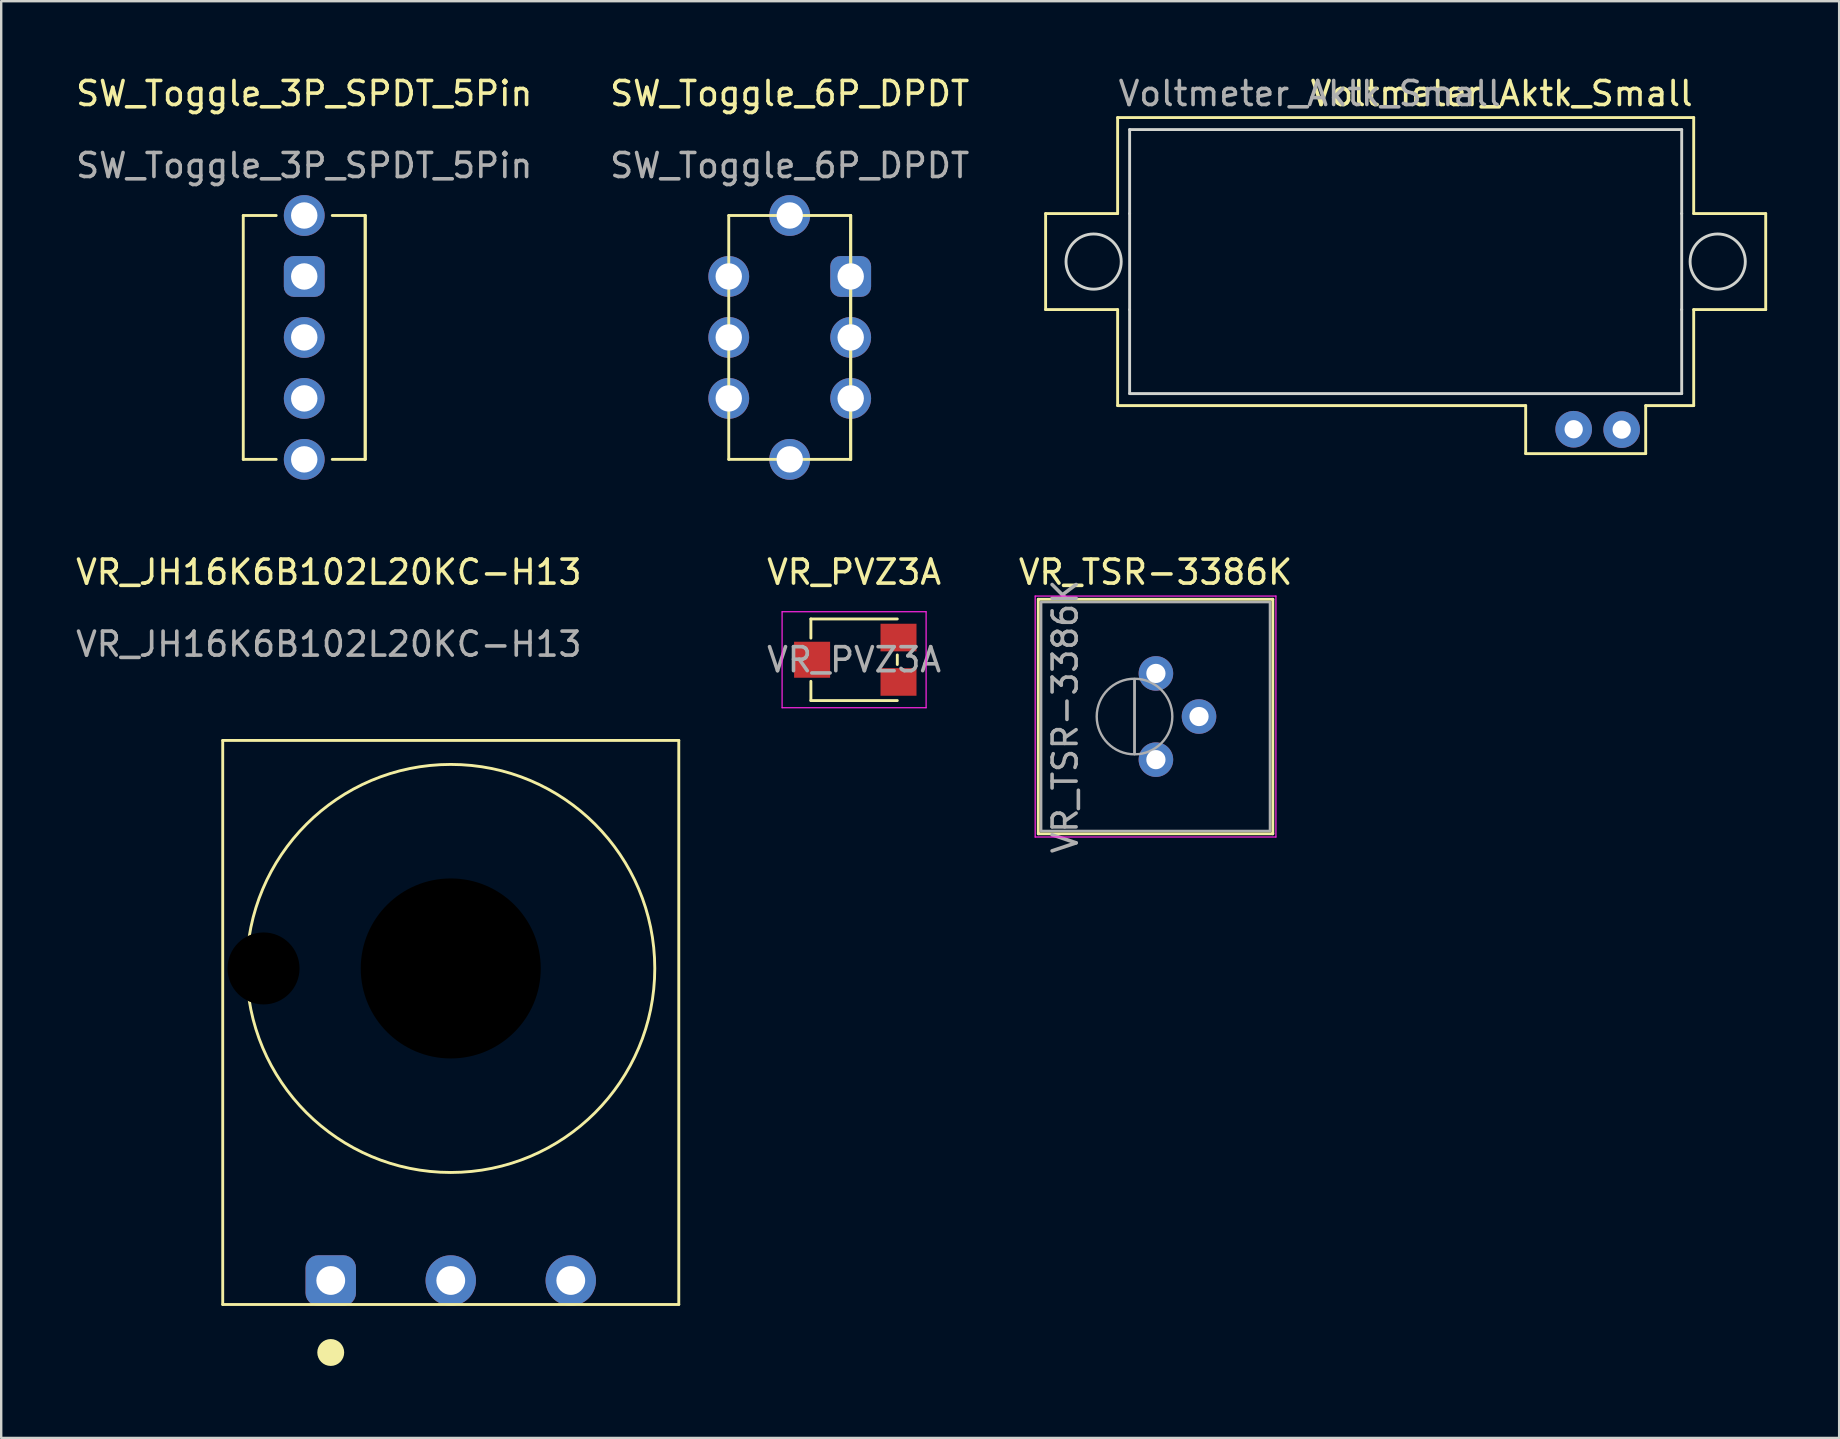
<source format=kicad_pcb>
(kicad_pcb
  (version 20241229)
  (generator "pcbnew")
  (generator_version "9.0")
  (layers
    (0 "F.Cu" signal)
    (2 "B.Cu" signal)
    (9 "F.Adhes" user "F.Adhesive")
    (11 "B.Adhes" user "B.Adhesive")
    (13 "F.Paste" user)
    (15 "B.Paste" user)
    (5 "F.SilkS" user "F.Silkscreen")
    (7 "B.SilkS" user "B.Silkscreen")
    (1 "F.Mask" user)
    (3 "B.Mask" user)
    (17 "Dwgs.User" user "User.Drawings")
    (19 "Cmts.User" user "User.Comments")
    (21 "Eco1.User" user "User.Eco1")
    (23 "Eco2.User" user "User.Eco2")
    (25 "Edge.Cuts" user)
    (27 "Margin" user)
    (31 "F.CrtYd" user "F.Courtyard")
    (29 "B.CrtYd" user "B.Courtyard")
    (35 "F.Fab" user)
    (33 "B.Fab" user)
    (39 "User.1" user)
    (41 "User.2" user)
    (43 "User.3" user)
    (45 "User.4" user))
  (footprint "Voltmeter_Aktk_Small"
    (layer "F.Cu")
    (at 55.512 7.848)
    (property "Reference" "Voltmeter_Aktk_Small" (at 4 -7 0) (unlocked yes) (layer "F.SilkS") (effects (font (size 1 1) (thickness 0.15))))
    (attr through_hole)
    (fp_line (start -15 -2) (end -15 2) (stroke (width 0.12) (type solid)) (layer "F.SilkS"))
    (fp_line (start -15 2) (end -12 2) (stroke (width 0.12) (type solid)) (layer "F.SilkS"))
    (fp_line (start -12 -6) (end -12 -2) (stroke (width 0.12) (type solid)) (layer "F.SilkS"))
    (fp_line (start -12 -2) (end -15 -2) (stroke (width 0.12) (type solid)) (layer "F.SilkS"))
    (fp_line (start -12 2) (end -12 6) (stroke (width 0.12) (type solid)) (layer "F.SilkS"))
    (fp_line (start -12 6) (end 5 6) (stroke (width 0.12) (type solid)) (layer "F.SilkS"))
    (fp_line (start 5 6) (end 5 8) (stroke (width 0.12) (type solid)) (layer "F.SilkS"))
    (fp_line (start 5 8) (end 10 8) (stroke (width 0.12) (type solid)) (layer "F.SilkS"))
    (fp_line (start 10 6) (end 12 6) (stroke (width 0.12) (type solid)) (layer "F.SilkS"))
    (fp_line (start 10 8) (end 10 6) (stroke (width 0.12) (type solid)) (layer "F.SilkS"))
    (fp_line (start 12 -6) (end -12 -6) (stroke (width 0.12) (type solid)) (layer "F.SilkS"))
    (fp_line (start 12 -2) (end 12 -6) (stroke (width 0.12) (type solid)) (layer "F.SilkS"))
    (fp_line (start 12 2) (end 15 2) (stroke (width 0.12) (type solid)) (layer "F.SilkS"))
    (fp_line (start 12 6) (end 12 2) (stroke (width 0.12) (type solid)) (layer "F.SilkS"))
    (fp_line (start 15 -2) (end 12 -2) (stroke (width 0.12) (type solid)) (layer "F.SilkS"))
    (fp_line (start 15 2) (end 15 -2) (stroke (width 0.12) (type solid)) (layer "F.SilkS"))
    (fp_line (start -11.5 -5.5) (end -11.5 -2) (stroke (width 0.12) (type solid)) (layer "Edge.Cuts"))
    (fp_line (start -11.5 -2) (end -11.5 2) (stroke (width 0.12) (type solid)) (layer "Edge.Cuts"))
    (fp_line (start -11.5 2) (end -11.5 5.5) (stroke (width 0.12) (type solid)) (layer "Edge.Cuts"))
    (fp_line (start -11.5 5.5) (end 11.5 5.5) (stroke (width 0.12) (type solid)) (layer "Edge.Cuts"))
    (fp_line (start 11.5 -5.5) (end -11.5 -5.5) (stroke (width 0.12) (type solid)) (layer "Edge.Cuts"))
    (fp_line (start 11.5 -2) (end 11.5 -5.5) (stroke (width 0.12) (type solid)) (layer "Edge.Cuts"))
    (fp_line (start 11.5 2) (end 11.5 -2) (stroke (width 0.12) (type solid)) (layer "Edge.Cuts"))
    (fp_line (start 11.5 5.5) (end 11.5 2) (stroke (width 0.12) (type solid)) (layer "Edge.Cuts"))
    (fp_circle (center -13 0) (end -14.15 0) (stroke (width 0.12) (type solid)) (fill no) (layer "Edge.Cuts"))
    (fp_circle (center 13 0) (end 11.85 0) (stroke (width 0.12) (type solid)) (fill no) (layer "Edge.Cuts"))
    (fp_text user "${REFERENCE}" (at -4 -7 0) (unlocked yes) (layer "F.Fab") (effects (font (size 1 1) (thickness 0.15))))
    (pad "1" thru_hole circle (at 9 7) (size 1.524 1.524) (drill 0.762) (layers "*.Cu" "*.Mask"))
    (pad "2" thru_hole circle (at 7 6.985) (size 1.524 1.524) (drill 0.762) (layers "*.Cu" "*.Mask")))
  (footprint "SW_Toggle_3P_SPDT_5Pin"
    (layer "F.Cu")
    (at 9.625 11.008)
    (property "Reference" "SW_Toggle_3P_SPDT_5Pin" (at 0 -10.16 0) (unlocked yes) (layer "F.SilkS") (effects (font (size 1 1) (thickness 0.15))))
    (attr through_hole)
    (fp_line (start -2.54 5.08) (end -2.54 -5.08) (stroke (width 0.12) (type solid)) (layer "F.SilkS"))
    (fp_line (start -1.168 -5.08) (end -2.54 -5.08) (stroke (width 0.12) (type solid)) (layer "F.SilkS"))
    (fp_line (start -1.168 5.08) (end -2.54 5.08) (stroke (width 0.12) (type solid)) (layer "F.SilkS"))
    (fp_line (start 2.54 -5.08) (end 1.168 -5.08) (stroke (width 0.12) (type solid)) (layer "F.SilkS"))
    (fp_line (start 2.54 -5.08) (end 2.54 5.08) (stroke (width 0.12) (type solid)) (layer "F.SilkS"))
    (fp_line (start 2.54 -5.08) (end 2.54 5.08) (stroke (width 0.12) (type solid)) (layer "F.SilkS"))
    (fp_line (start 2.54 5.08) (end 1.168 5.08) (stroke (width 0.12) (type solid)) (layer "F.SilkS"))
    (fp_text user "${REFERENCE}" (at 0 -7.16 0) (unlocked yes) (layer "F.Fab") (effects (font (size 1 1) (thickness 0.15))))
    (pad "" thru_hole circle (at 0 -5.08) (size 1.7 1.7) (drill 1.1) (layers "*.Cu" "*.Mask"))
    (pad "" thru_hole circle (at 0 5.08) (size 1.7 1.7) (drill 1.1) (layers "*.Cu" "*.Mask"))
    (pad "1" thru_hole roundrect (at 0 -2.54) (size 1.7 1.7) (drill 1.1) (layers "*.Cu" "*.Mask") (roundrect_rratio 0.25))
    (pad "2" thru_hole circle (at 0 0) (size 1.7 1.7) (drill 1.1) (layers "*.Cu" "*.Mask"))
    (pad "3" thru_hole circle (at 0 2.54) (size 1.7 1.7) (drill 1.1) (layers "*.Cu" "*.Mask")))
  (footprint "VR_JH16K6B102L20KC-H13"
    (layer "F.Cu")
    (at 15.729 37.297)
    (property "Reference" "VR_JH16K6B102L20KC-H13" (at -5.08 -16.51 0) (unlocked yes) (layer "F.SilkS") (effects (font (size 1 1) (thickness 0.15))))
    (attr through_hole)
    (fp_line (start -9.5 -9.5) (end -9.5 14) (stroke (width 0.12) (type solid)) (layer "F.SilkS"))
    (fp_line (start -9.5 -9.5) (end 9.5 -9.5) (stroke (width 0.12) (type solid)) (layer "F.SilkS"))
    (fp_line (start -9.5 14) (end 9.5 14) (stroke (width 0.12) (type solid)) (layer "F.SilkS"))
    (fp_line (start 9.5 14) (end 9.5 -9.5) (stroke (width 0.12) (type solid)) (layer "F.SilkS"))
    (fp_circle (center -5 16) (end -4.5 16) (stroke (width 0.12) (type solid)) (fill yes) (layer "F.SilkS"))
    (fp_circle (center 0 0) (end 8.5 0) (stroke (width 0.12) (type solid)) (fill no) (layer "F.SilkS"))
    (fp_line (start -10 -10) (end -10 15) (stroke (width 0.12) (type solid)) (layer "Margin"))
    (fp_line (start -10 15) (end 10 15) (stroke (width 0.12) (type solid)) (layer "Margin"))
    (fp_line (start 10 -10) (end -10 -10) (stroke (width 0.12) (type solid)) (layer "Margin"))
    (fp_line (start 10 15) (end 10 -10) (stroke (width 0.12) (type solid)) (layer "Margin"))
    (fp_text user "${REFERENCE}" (at -5.08 -13.51 0) (unlocked yes) (layer "F.Fab") (effects (font (size 1 1) (thickness 0.15))))
    (pad "" np_thru_hole circle (at -7.8 0) (size 3 3) (drill 3) (layers "*.Mask"))
    (pad "" np_thru_hole circle (at 0 0) (size 7.5 7.5) (drill 7.5) (layers "*.Mask"))
    (pad "1" thru_hole roundrect (at -5 13) (size 2.1 2.1) (drill 1.2) (layers "*.Cu" "F.Mask") (roundrect_rratio 0.25))
    (pad "2" thru_hole circle (at 0 13) (size 2.1 2.1) (drill 1.2) (layers "*.Cu" "*.Mask"))
    (pad "3" thru_hole circle (at 5 13) (size 2.1 2.1) (drill 1.2) (layers "*.Cu" "*.Mask")))
  (footprint "VR_TSR-3386K"
    (layer "F.Cu")
    (at 45.107 26.802)
    (property "Reference" "VR_TSR-3386K" (at -0.015 -6.015 0) (layer "F.SilkS") (effects (font (size 1 1) (thickness 0.15))))
    (attr through_hole)
    (fp_line (start -4.9 -4.885) (end -4.9 4.885) (stroke (width 0.12) (type solid)) (layer "F.SilkS"))
    (fp_line (start -4.9 -4.885) (end 4.87 -4.885) (stroke (width 0.12) (type solid)) (layer "F.SilkS"))
    (fp_line (start -4.9 4.885) (end 4.87 4.885) (stroke (width 0.12) (type solid)) (layer "F.SilkS"))
    (fp_line (start 4.87 -4.885) (end 4.87 4.885) (stroke (width 0.12) (type solid)) (layer "F.SilkS"))
    (fp_line (start -5.03 -5.02) (end -5.03 5.02) (stroke (width 0.05) (type solid)) (layer "F.CrtYd"))
    (fp_line (start -5.03 5.02) (end 5 5.02) (stroke (width 0.05) (type solid)) (layer "F.CrtYd"))
    (fp_line (start 5 -5.02) (end -5.03 -5.02) (stroke (width 0.05) (type solid)) (layer "F.CrtYd"))
    (fp_line (start 5 5.02) (end 5 -5.02) (stroke (width 0.05) (type solid)) (layer "F.CrtYd"))
    (fp_line (start -4.78 -4.765) (end -4.78 4.765) (stroke (width 0.1) (type solid)) (layer "F.Fab"))
    (fp_line (start -4.78 4.765) (end 4.75 4.765) (stroke (width 0.1) (type solid)) (layer "F.Fab"))
    (fp_line (start -0.891 1.56) (end -0.89 -1.559) (stroke (width 0.1) (type solid)) (layer "F.Fab"))
    (fp_line (start -0.891 1.56) (end -0.89 -1.559) (stroke (width 0.1) (type solid)) (layer "F.Fab"))
    (fp_line (start 4.75 -4.765) (end -4.78 -4.765) (stroke (width 0.1) (type solid)) (layer "F.Fab"))
    (fp_line (start 4.75 4.765) (end 4.75 -4.765) (stroke (width 0.1) (type solid)) (layer "F.Fab"))
    (fp_circle (center -0.891 0) (end 0.684 0) (stroke (width 0.1) (type solid)) (fill no) (layer "F.Fab"))
    (fp_text user "${REFERENCE}" (at -3.78 0 90) (layer "F.Fab") (effects (font (size 1 1) (thickness 0.15))))
    (pad "1" thru_hole circle (at 0 -1.796) (size 1.44 1.44) (drill 0.8) (layers "*.Cu" "*.Mask"))
    (pad "2" thru_hole circle (at 1.796 0) (size 1.44 1.44) (drill 0.8) (layers "*.Cu" "*.Mask"))
    (pad "3" thru_hole circle (at 0 1.796) (size 1.44 1.44) (drill 0.8) (layers "*.Cu" "*.Mask")))
  (footprint "SW_Toggle_6P_DPDT"
    (layer "F.Cu")
    (at 29.851 11.008)
    (property "Reference" "SW_Toggle_6P_DPDT" (at 0 -10.16 0) (unlocked yes) (layer "F.SilkS") (effects (font (size 1 1) (thickness 0.15))))
    (attr through_hole)
    (fp_line (start -2.54 -5.08) (end 2.54 -5.08) (stroke (width 0.12) (type solid)) (layer "F.SilkS"))
    (fp_line (start -2.54 5.08) (end -2.54 -5.08) (stroke (width 0.12) (type solid)) (layer "F.SilkS"))
    (fp_line (start 2.54 -5.08) (end 2.54 5.08) (stroke (width 0.12) (type solid)) (layer "F.SilkS"))
    (fp_line (start 2.54 -5.08) (end 2.54 5.08) (stroke (width 0.12) (type solid)) (layer "F.SilkS"))
    (fp_line (start 2.54 5.08) (end -2.54 5.08) (stroke (width 0.12) (type solid)) (layer "F.SilkS"))
    (fp_text user "${REFERENCE}" (at 0 -7.16 0) (unlocked yes) (layer "F.Fab") (effects (font (size 1 1) (thickness 0.15))))
    (pad "" thru_hole circle (at 0 -5.08) (size 1.7 1.7) (drill 1.1) (layers "*.Cu" "*.Mask"))
    (pad "" thru_hole circle (at 0 5.08) (size 1.7 1.7) (drill 1.1) (layers "*.Cu" "*.Mask"))
    (pad "1" thru_hole roundrect (at 2.54 -2.54) (size 1.7 1.7) (drill 1.1) (layers "*.Cu" "*.Mask") (roundrect_rratio 0.25))
    (pad "2" thru_hole circle (at 2.54 0) (size 1.7 1.7) (drill 1.1) (layers "*.Cu" "*.Mask"))
    (pad "3" thru_hole circle (at 2.54 2.54) (size 1.7 1.7) (drill 1.1) (layers "*.Cu" "*.Mask"))
    (pad "4" thru_hole circle (at -2.54 -2.54) (size 1.7 1.7) (drill 1.1) (layers "*.Cu" "*.Mask"))
    (pad "5" thru_hole circle (at -2.54 0) (size 1.7 1.7) (drill 1.1) (layers "*.Cu" "*.Mask"))
    (pad "6" thru_hole circle (at -2.54 2.54) (size 1.7 1.7) (drill 1.1) (layers "*.Cu" "*.Mask")))
  (footprint "VR_PVZ3A"
    (layer "F.Cu")
    (at 32.533 24.436)
    (property "Reference" "VR_PVZ3A" (at 0 -3.65 0) (layer "F.SilkS") (effects (font (size 1 1) (thickness 0.15))))
    (attr smd)
    (fp_line (start -1.8 -1.7) (end -1.8 -0.9) (stroke (width 0.12) (type solid)) (layer "F.SilkS"))
    (fp_line (start -1.8 -1.7) (end 1.8 -1.7) (stroke (width 0.12) (type solid)) (layer "F.SilkS"))
    (fp_line (start -1.8 0.9) (end -1.8 1.7) (stroke (width 0.12) (type solid)) (layer "F.SilkS"))
    (fp_line (start -1.8 1.7) (end 1.8 1.7) (stroke (width 0.12) (type solid)) (layer "F.SilkS"))
    (fp_line (start 1.8 -0.2) (end 1.8 0.2) (stroke (width 0.12) (type solid)) (layer "F.SilkS"))
    (fp_line (start -3 -2) (end -3 2) (stroke (width 0.05) (type solid)) (layer "F.CrtYd"))
    (fp_line (start -3 2) (end 3 2) (stroke (width 0.05) (type solid)) (layer "F.CrtYd"))
    (fp_line (start 3 -2) (end -3 -2) (stroke (width 0.05) (type solid)) (layer "F.CrtYd"))
    (fp_line (start 3 2) (end 3 -2) (stroke (width 0.05) (type solid)) (layer "F.CrtYd"))
    (fp_text user "${REFERENCE}" (at 0 0 0) (layer "F.Fab") (effects (font (size 1 1) (thickness 0.15))))
    (pad "1" smd rect (at 1.85 0.925 180) (size 1.5 1.15) (layers "F.Cu" "F.Mask" "F.Paste"))
    (pad "2" smd rect (at -1.75 0) (size 1.5 1.5) (layers "F.Cu" "F.Mask" "F.Paste"))
    (pad "3" smd rect (at 1.85 -0.925 180) (size 1.5 1.15) (layers "F.Cu" "F.Mask" "F.Paste")))
  (gr_rect
    (start -3 -3)
    (end 73.572 56.856)
    (stroke (width 0.1) (type default))
    (fill no)
    (layer "Edge.Cuts")))
</source>
